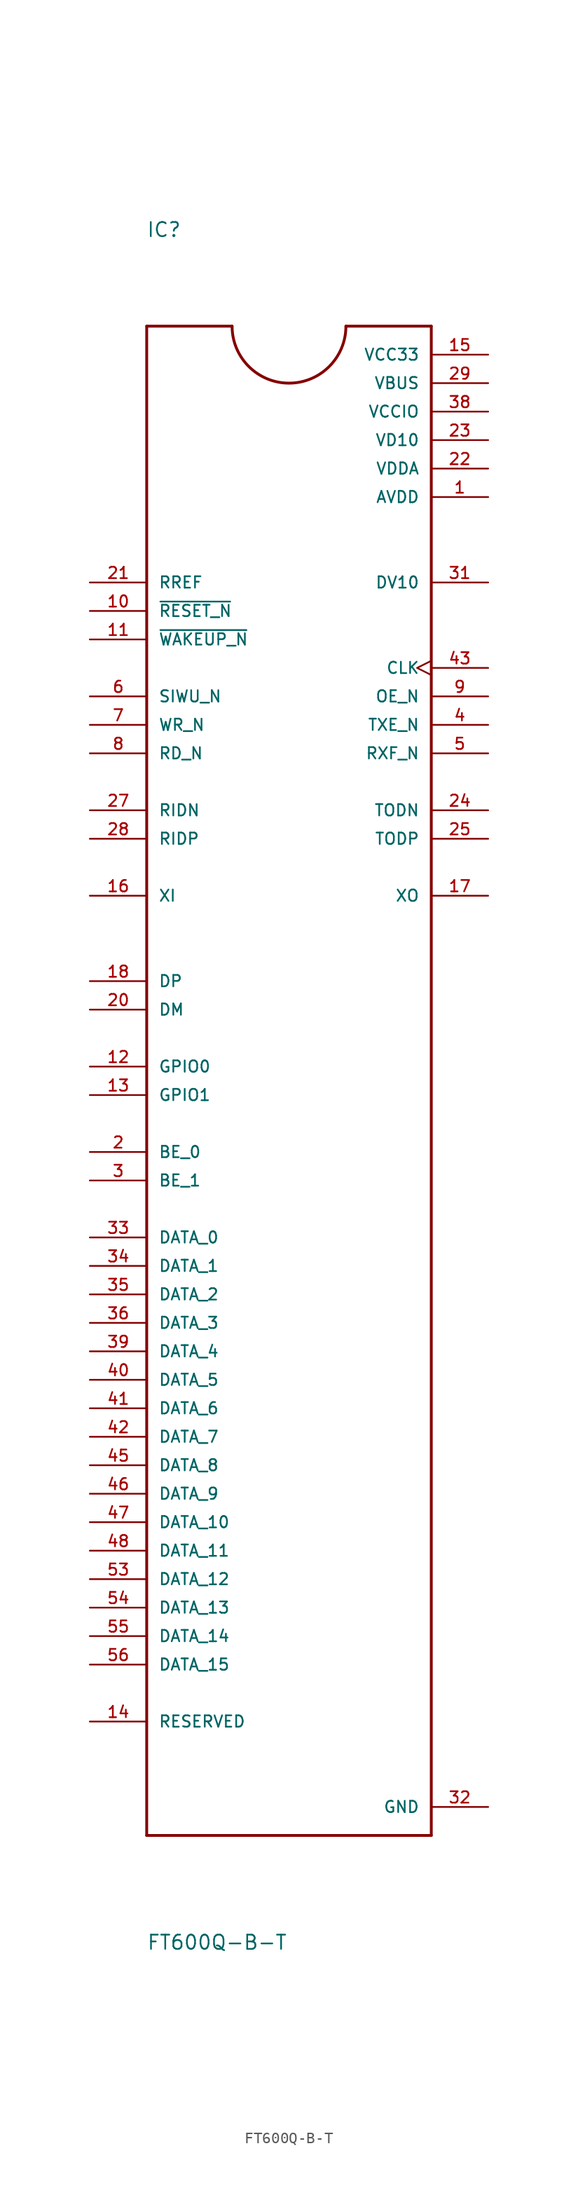
<source format=kicad_sym>
(kicad_symbol_lib
  (version 20211014)
  (generator kicad_symbol_editor)
  (symbol "FT600Q-B-T"
    (pin_names
      (offset 1.016))
    (property "Reference" "IC"
      (at -12.74 76.441 0)
      (effects (font (size 1.27 1.27)) (justify bottom left)))
    (property "Value" "FT600Q-B-T"
      (at -12.72 -76.321 0)
      (effects (font (size 1.27 1.27)) (justify bottom left)))
    (symbol "FT600Q-B-T_0_0"
      (polyline (pts (xy 12.7 68.58) (xy 5.08 68.58)) (stroke (width 0.254)))
      (polyline (pts (xy -5.08 68.58) (xy -12.7 68.58)) (stroke (width 0.254)))
      (polyline (pts (xy -12.7 68.58) (xy -12.7 -66.04)) (stroke (width 0.254)))
      (polyline (pts (xy -12.7 -66.04) (xy 12.7 -66.04)) (stroke (width 0.254)))
      (polyline (pts (xy 12.7 -66.04) (xy 12.7 68.58)) (stroke (width 0.254)))
      (arc (start -5.08 68.58) (mid 0.0 63.5) (end 5.08 68.58) (stroke (width 0.254) (type default) (color 0 0 0 0)) (fill (type none)))
      (pin output clock (at 17.78 38.1 180.0) (length 5.08) (name "CLK" (effects (font (size 1.016 1.016)))) (number "43" (effects (font (size 1.016 1.016)))))
      (pin bidirectional line (at -17.78 -12.7 0) (length 5.08) (name "DATA_0" (effects (font (size 1.016 1.016)))) (number "33" (effects (font (size 1.016 1.016)))))
      (pin bidirectional line (at -17.78 -15.24 0) (length 5.08) (name "DATA_1" (effects (font (size 1.016 1.016)))) (number "34" (effects (font (size 1.016 1.016)))))
      (pin bidirectional line (at -17.78 -17.78 0) (length 5.08) (name "DATA_2" (effects (font (size 1.016 1.016)))) (number "35" (effects (font (size 1.016 1.016)))))
      (pin bidirectional line (at -17.78 -20.32 0) (length 5.08) (name "DATA_3" (effects (font (size 1.016 1.016)))) (number "36" (effects (font (size 1.016 1.016)))))
      (pin bidirectional line (at -17.78 -22.86 0) (length 5.08) (name "DATA_4" (effects (font (size 1.016 1.016)))) (number "39" (effects (font (size 1.016 1.016)))))
      (pin bidirectional line (at -17.78 -25.4 0) (length 5.08) (name "DATA_5" (effects (font (size 1.016 1.016)))) (number "40" (effects (font (size 1.016 1.016)))))
      (pin bidirectional line (at -17.78 -27.94 0) (length 5.08) (name "DATA_6" (effects (font (size 1.016 1.016)))) (number "41" (effects (font (size 1.016 1.016)))))
      (pin bidirectional line (at -17.78 -30.48 0) (length 5.08) (name "DATA_7" (effects (font (size 1.016 1.016)))) (number "42" (effects (font (size 1.016 1.016)))))
      (pin bidirectional line (at -17.78 -33.02 0) (length 5.08) (name "DATA_8" (effects (font (size 1.016 1.016)))) (number "45" (effects (font (size 1.016 1.016)))))
      (pin bidirectional line (at -17.78 -35.56 0) (length 5.08) (name "DATA_9" (effects (font (size 1.016 1.016)))) (number "46" (effects (font (size 1.016 1.016)))))
      (pin bidirectional line (at -17.78 -38.1 0) (length 5.08) (name "DATA_10" (effects (font (size 1.016 1.016)))) (number "47" (effects (font (size 1.016 1.016)))))
      (pin bidirectional line (at -17.78 -40.64 0) (length 5.08) (name "DATA_11" (effects (font (size 1.016 1.016)))) (number "48" (effects (font (size 1.016 1.016)))))
      (pin bidirectional line (at -17.78 -43.18 0) (length 5.08) (name "DATA_12" (effects (font (size 1.016 1.016)))) (number "53" (effects (font (size 1.016 1.016)))))
      (pin bidirectional line (at -17.78 -45.72 0) (length 5.08) (name "DATA_13" (effects (font (size 1.016 1.016)))) (number "54" (effects (font (size 1.016 1.016)))))
      (pin bidirectional line (at -17.78 -48.26 0) (length 5.08) (name "DATA_14" (effects (font (size 1.016 1.016)))) (number "55" (effects (font (size 1.016 1.016)))))
      (pin bidirectional line (at -17.78 -50.8 0) (length 5.08) (name "DATA_15" (effects (font (size 1.016 1.016)))) (number "56" (effects (font (size 1.016 1.016)))))
      (pin bidirectional line (at -17.78 -5.08 0) (length 5.08) (name "BE_0" (effects (font (size 1.016 1.016)))) (number "2" (effects (font (size 1.016 1.016)))))
      (pin bidirectional line (at -17.78 -7.62 0) (length 5.08) (name "BE_1" (effects (font (size 1.016 1.016)))) (number "3" (effects (font (size 1.016 1.016)))))
      (pin output line (at 17.78 33.02 180.0) (length 5.08) (name "TXE_N" (effects (font (size 1.016 1.016)))) (number "4" (effects (font (size 1.016 1.016)))))
      (pin output line (at 17.78 30.48 180.0) (length 5.08) (name "RXF_N" (effects (font (size 1.016 1.016)))) (number "5" (effects (font (size 1.016 1.016)))))
      (pin input line (at -17.78 35.56 0) (length 5.08) (name "SIWU_N" (effects (font (size 1.016 1.016)))) (number "6" (effects (font (size 1.016 1.016)))))
      (pin input line (at -17.78 33.02 0) (length 5.08) (name "WR_N" (effects (font (size 1.016 1.016)))) (number "7" (effects (font (size 1.016 1.016)))))
      (pin input line (at -17.78 30.48 0) (length 5.08) (name "RD_N" (effects (font (size 1.016 1.016)))) (number "8" (effects (font (size 1.016 1.016)))))
      (pin output line (at 17.78 35.56 180.0) (length 5.08) (name "OE_N" (effects (font (size 1.016 1.016)))) (number "9" (effects (font (size 1.016 1.016)))))
      (pin input line (at -17.78 43.18 0) (length 5.08) (name "~{RESET_N}" (effects (font (size 1.016 1.016)))) (number "10" (effects (font (size 1.016 1.016)))))
      (pin input line (at -17.78 40.64 0) (length 5.08) (name "~{WAKEUP_N}" (effects (font (size 1.016 1.016)))) (number "11" (effects (font (size 1.016 1.016)))))
      (pin bidirectional line (at -17.78 -55.88 0) (length 5.08) (name "RESERVED" (effects (font (size 1.016 1.016)))) (number "14" (effects (font (size 1.016 1.016)))))
      (pin bidirectional line (at -17.78 2.54 0) (length 5.08) (name "GPIO0" (effects (font (size 1.016 1.016)))) (number "12" (effects (font (size 1.016 1.016)))))
      (pin bidirectional line (at -17.78 0.0 0) (length 5.08) (name "GPIO1" (effects (font (size 1.016 1.016)))) (number "13" (effects (font (size 1.016 1.016)))))
      (pin power_in line (at 17.78 63.5 180.0) (length 5.08) (name "VBUS" (effects (font (size 1.016 1.016)))) (number "29" (effects (font (size 1.016 1.016)))))
      (pin input line (at -17.78 17.78 0) (length 5.08) (name "XI" (effects (font (size 1.016 1.016)))) (number "16" (effects (font (size 1.016 1.016)))))
      (pin output line (at 17.78 17.78 180.0) (length 5.08) (name "XO" (effects (font (size 1.016 1.016)))) (number "17" (effects (font (size 1.016 1.016)))))
      (pin bidirectional line (at -17.78 10.16 0) (length 5.08) (name "DP" (effects (font (size 1.016 1.016)))) (number "18" (effects (font (size 1.016 1.016)))))
      (pin bidirectional line (at -17.78 7.62 0) (length 5.08) (name "DM" (effects (font (size 1.016 1.016)))) (number "20" (effects (font (size 1.016 1.016)))))
      (pin input line (at -17.78 45.72 0) (length 5.08) (name "RREF" (effects (font (size 1.016 1.016)))) (number "21" (effects (font (size 1.016 1.016)))))
      (pin output line (at 17.78 25.4 180.0) (length 5.08) (name "TODN" (effects (font (size 1.016 1.016)))) (number "24" (effects (font (size 1.016 1.016)))))
      (pin output line (at 17.78 22.86 180.0) (length 5.08) (name "TODP" (effects (font (size 1.016 1.016)))) (number "25" (effects (font (size 1.016 1.016)))))
      (pin input line (at -17.78 25.4 0) (length 5.08) (name "RIDN" (effects (font (size 1.016 1.016)))) (number "27" (effects (font (size 1.016 1.016)))))
      (pin input line (at -17.78 22.86 0) (length 5.08) (name "RIDP" (effects (font (size 1.016 1.016)))) (number "28" (effects (font (size 1.016 1.016)))))
      (pin power_in line (at 17.78 66.04 180.0) (length 5.08) (name "VCC33" (effects (font (size 1.016 1.016)))) (number "15" (effects (font (size 1.016 1.016)))))
      (pin output line (at 17.78 45.72 180.0) (length 5.08) (name "DV10" (effects (font (size 1.016 1.016)))) (number "31" (effects (font (size 1.016 1.016)))))
      (pin power_in line (at 17.78 58.42 180.0) (length 5.08) (name "VD10" (effects (font (size 1.016 1.016)))) (number "23" (effects (font (size 1.016 1.016)))))
      (pin power_in line (at 17.78 60.96 180.0) (length 5.08) (name "VCCIO" (effects (font (size 1.016 1.016)))) (number "38" (effects (font (size 1.016 1.016)))))
      (pin power_in line (at 17.78 55.88 180.0) (length 5.08) (name "VDDA" (effects (font (size 1.016 1.016)))) (number "22" (effects (font (size 1.016 1.016)))))
      (pin power_in line (at 17.78 53.34 180.0) (length 5.08) (name "AVDD" (effects (font (size 1.016 1.016)))) (number "1" (effects (font (size 1.016 1.016)))))
      (pin passive line (at 17.78 -63.5 180.0) (length 5.08) (name "GND" (effects (font (size 1.016 1.016)))) (number "32" (effects (font (size 1.016 1.016))))))))
</source>
